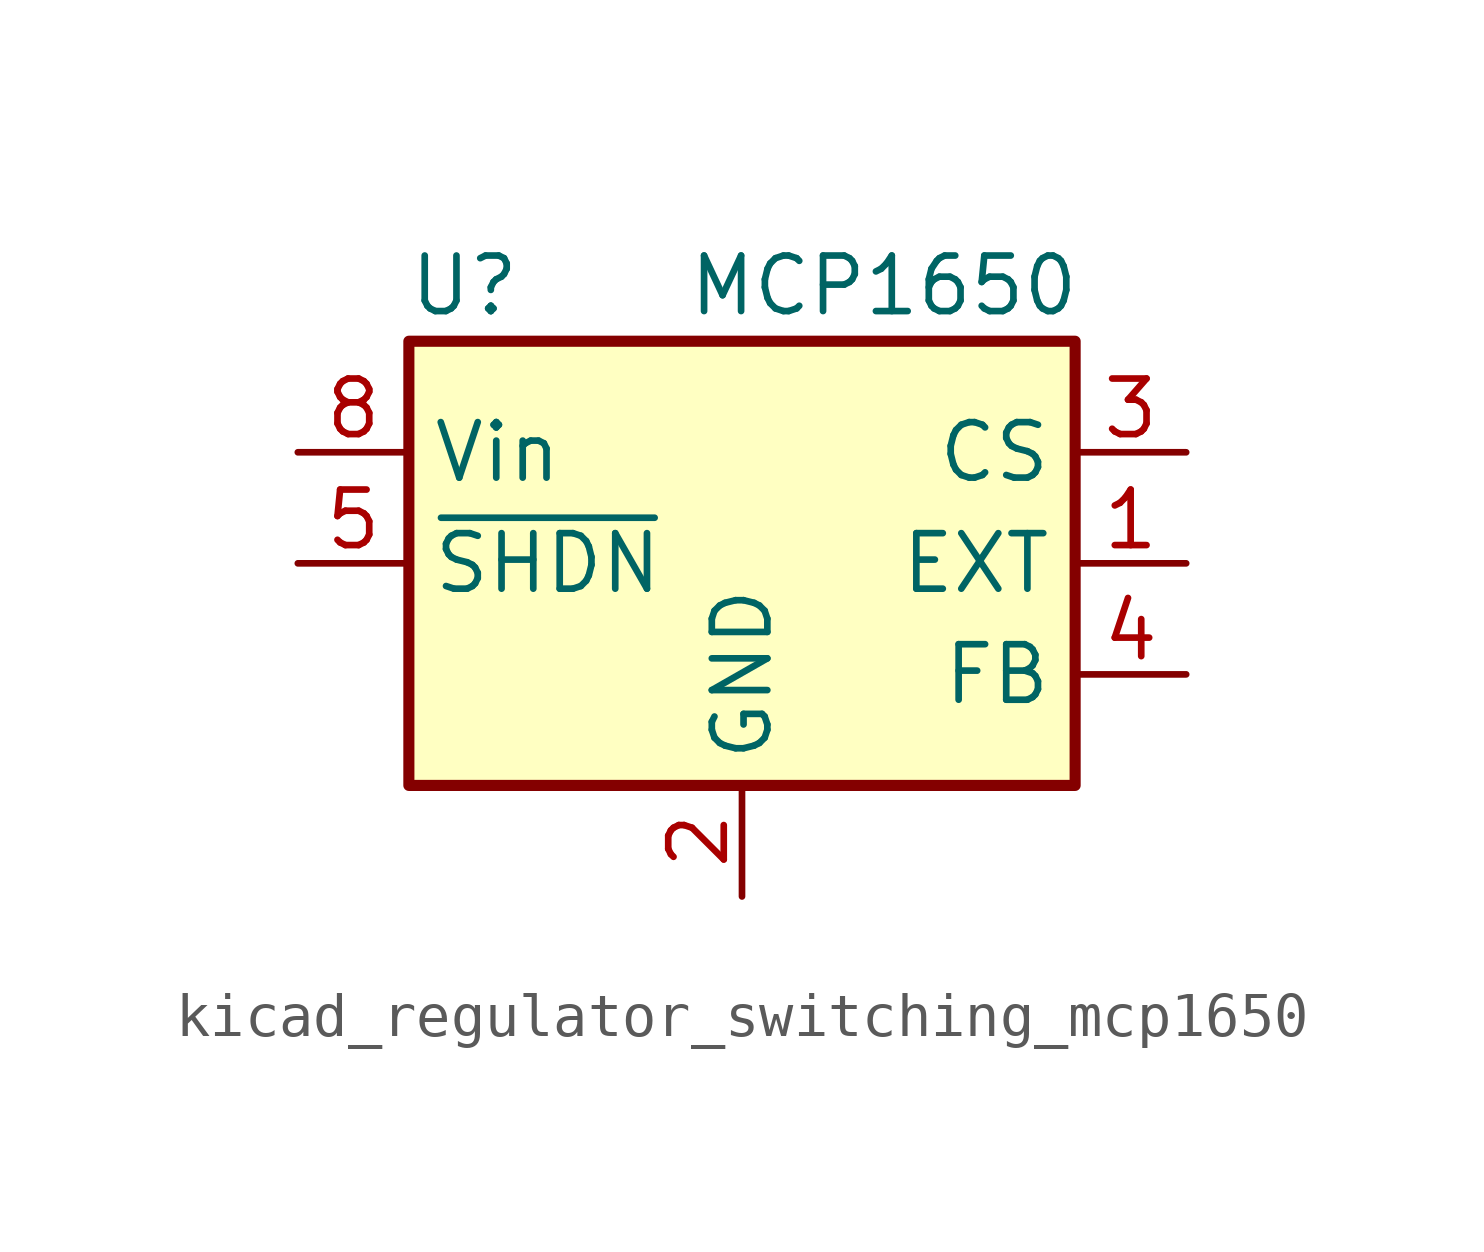
<source format=kicad_sym>
(kicad_symbol_lib
  (version 20220914)
  (generator kicad_symbol_editor)
  (symbol "kicad_regulator_switching_mcp1650"
    (property "Reference" "U"
      (at -6.35 6.35 0)
      (effects (font (size 1.27 1.27))))
    (property "Value" "MCP1650"
      (at -1.27 6.35 0)
      (effects (font (size 1.27 1.27)) (justify left)))
    (symbol "kicad_regulator_switching_mcp1650_0_1"
      (rectangle (start -7.62 5.08) (end 7.62 -5.08) (stroke (width 0.254) (type default)) (fill (type background))))
    (symbol "kicad_regulator_switching_mcp1650_1_1"
      (pin open_emitter line (at 10.16 0 180) (length 2.54) (name "EXT" (effects (font (size 1.27 1.27)))) (number "1" (effects (font (size 1.27 1.27)))))
      (pin power_in line (at 0 -7.62 90) (length 2.54) (name "GND" (effects (font (size 1.27 1.27)))) (number "2" (effects (font (size 1.27 1.27)))))
      (pin input line (at 10.16 2.54 180) (length 2.54) (name "CS" (effects (font (size 1.27 1.27)))) (number "3" (effects (font (size 1.27 1.27)))))
      (pin input line (at 10.16 -2.54 180) (length 2.54) (name "FB" (effects (font (size 1.27 1.27)))) (number "4" (effects (font (size 1.27 1.27)))))
      (pin input line (at -10.16 0 0) (length 2.54) (name "~{SHDN}" (effects (font (size 1.27 1.27)))) (number "5" (effects (font (size 1.27 1.27)))))
      (pin no_connect line (at -2.54 -5.08 90) (length 2.54) hide (name "NC" (effects (font (size 1.27 1.27)))) (number "6" (effects (font (size 1.27 1.27)))))
      (pin no_connect line (at -7.62 -2.54 0) (length 2.54) hide (name "NC" (effects (font (size 1.27 1.27)))) (number "7" (effects (font (size 1.27 1.27)))))
      (pin power_in line (at -10.16 2.54 0) (length 2.54) (name "Vin" (effects (font (size 1.27 1.27)))) (number "8" (effects (font (size 1.27 1.27))))))))
</source>
